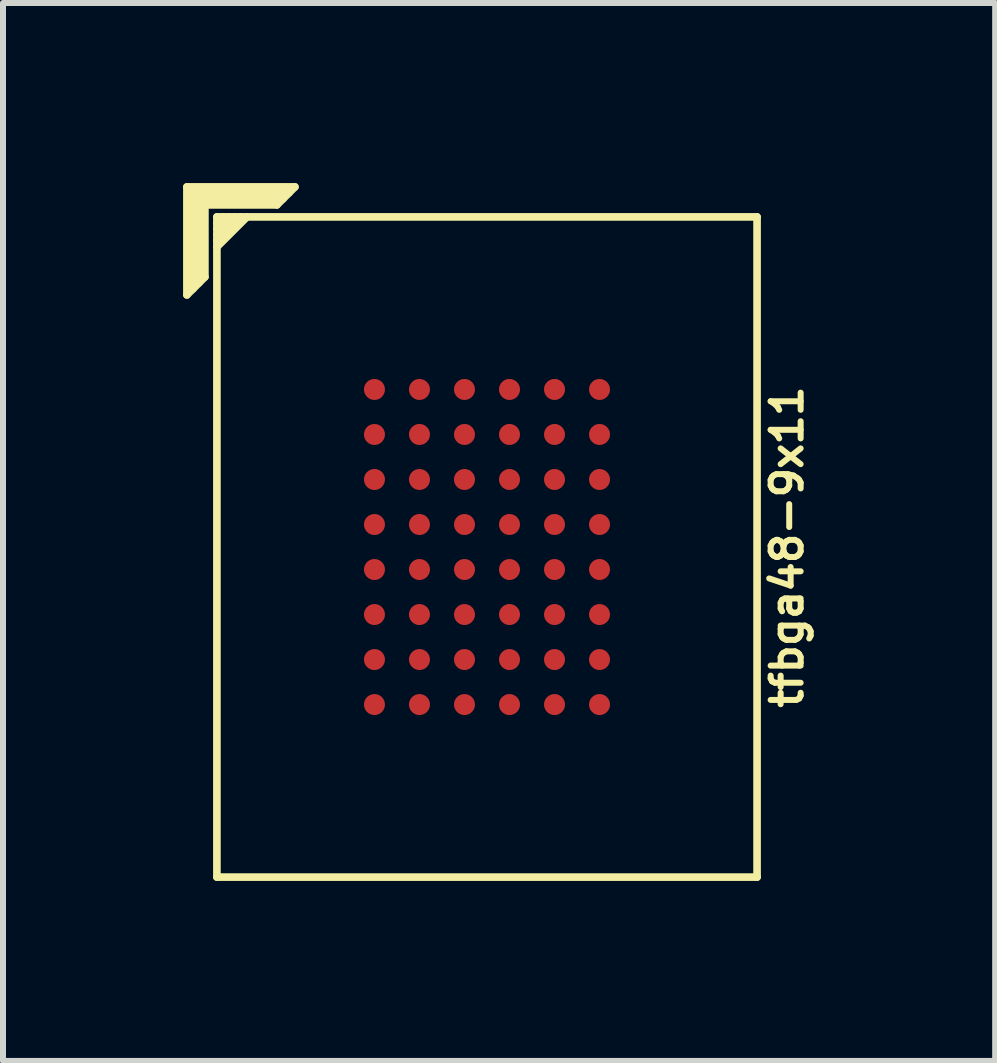
<source format=kicad_pcb>
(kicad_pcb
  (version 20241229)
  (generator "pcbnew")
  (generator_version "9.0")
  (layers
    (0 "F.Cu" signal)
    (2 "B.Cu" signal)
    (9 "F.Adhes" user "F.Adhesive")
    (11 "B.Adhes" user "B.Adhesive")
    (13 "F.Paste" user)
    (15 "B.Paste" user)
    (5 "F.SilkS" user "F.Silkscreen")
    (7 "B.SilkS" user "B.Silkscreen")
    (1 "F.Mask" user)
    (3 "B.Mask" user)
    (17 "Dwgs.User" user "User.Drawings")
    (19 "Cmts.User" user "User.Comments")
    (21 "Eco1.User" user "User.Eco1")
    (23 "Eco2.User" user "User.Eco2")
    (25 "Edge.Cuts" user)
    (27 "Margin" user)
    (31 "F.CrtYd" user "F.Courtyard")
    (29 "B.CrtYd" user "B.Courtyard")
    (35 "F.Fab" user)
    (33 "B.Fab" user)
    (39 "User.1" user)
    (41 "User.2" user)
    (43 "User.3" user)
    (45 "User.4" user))
  (footprint "tfbga48-9x11"
    (layer "F.Cu")
    (at 5.064 6.064)
    (property "Reference" "tfbga48-9x11" (at 5 0 90) (layer "F.SilkS") (effects (font (size 0.5 0.5) (thickness 0.1))))
    (attr through_hole)
    (fp_line (start -5 -6) (end -5 -4.2) (stroke (width 0.127) (type solid)) (layer "F.SilkS"))
    (fp_line (start -5 -4.2) (end -4.7 -4.5) (stroke (width 0.127) (type solid)) (layer "F.SilkS"))
    (fp_line (start -4.9 -5.9) (end -4.9 -4.3) (stroke (width 0.127) (type solid)) (layer "F.SilkS"))
    (fp_line (start -4.8 -5.8) (end -3.4 -5.8) (stroke (width 0.127) (type solid)) (layer "F.SilkS"))
    (fp_line (start -4.8 -4.4) (end -4.8 -5.8) (stroke (width 0.127) (type solid)) (layer "F.SilkS"))
    (fp_line (start -4.7 -5.7) (end -3.5 -5.7) (stroke (width 0.127) (type solid)) (layer "F.SilkS"))
    (fp_line (start -4.7 -4.5) (end -4.7 -5.7) (stroke (width 0.127) (type solid)) (layer "F.SilkS"))
    (fp_line (start -4.5 -5.5) (end 4.5 -5.5) (stroke (width 0.127) (type solid)) (layer "F.SilkS"))
    (fp_line (start -4.5 -5.4) (end -4.4 -5.5) (stroke (width 0.127) (type solid)) (layer "F.SilkS"))
    (fp_line (start -4.5 -5.1) (end -4.1 -5.5) (stroke (width 0.127) (type solid)) (layer "F.SilkS"))
    (fp_line (start -4.5 5.5) (end -4.5 -5.5) (stroke (width 0.127) (type solid)) (layer "F.SilkS"))
    (fp_line (start -4.3 -5.5) (end -4.5 -5.3) (stroke (width 0.127) (type solid)) (layer "F.SilkS"))
    (fp_line (start -4.2 -5.5) (end -4.5 -5.2) (stroke (width 0.127) (type solid)) (layer "F.SilkS"))
    (fp_line (start -4 -5.5) (end -4.5 -5) (stroke (width 0.127) (type solid)) (layer "F.SilkS"))
    (fp_line (start -3.5 -5.7) (end -3.2 -6) (stroke (width 0.127) (type solid)) (layer "F.SilkS"))
    (fp_line (start -3.3 -5.9) (end -4.9 -5.9) (stroke (width 0.127) (type solid)) (layer "F.SilkS"))
    (fp_line (start -3.2 -6) (end -5 -6) (stroke (width 0.127) (type solid)) (layer "F.SilkS"))
    (fp_line (start 4.5 -5.5) (end 4.5 5.5) (stroke (width 0.127) (type solid)) (layer "F.SilkS"))
    (fp_line (start 4.5 5.5) (end -4.5 5.5) (stroke (width 0.127) (type solid)) (layer "F.SilkS"))
    (pad "A1" smd circle (at -1.875 -2.625) (size 0.35 0.35) (layers "F.Cu" "F.Mask" "F.Paste"))
    (pad "A2" smd circle (at -1.125 -2.625) (size 0.35 0.35) (layers "F.Cu" "F.Mask" "F.Paste"))
    (pad "A3" smd circle (at -0.375 -2.625) (size 0.35 0.35) (layers "F.Cu" "F.Mask" "F.Paste"))
    (pad "A4" smd circle (at 0.375 -2.625) (size 0.35 0.35) (layers "F.Cu" "F.Mask" "F.Paste"))
    (pad "A5" smd circle (at 1.125 -2.625) (size 0.35 0.35) (layers "F.Cu" "F.Mask" "F.Paste"))
    (pad "A6" smd circle (at 1.875 -2.625) (size 0.35 0.35) (layers "F.Cu" "F.Mask" "F.Paste"))
    (pad "B1" smd circle (at -1.875 -1.875) (size 0.35 0.35) (layers "F.Cu" "F.Mask" "F.Paste"))
    (pad "B2" smd circle (at -1.125 -1.875) (size 0.35 0.35) (layers "F.Cu" "F.Mask" "F.Paste"))
    (pad "B3" smd circle (at -0.375 -1.875) (size 0.35 0.35) (layers "F.Cu" "F.Mask" "F.Paste"))
    (pad "B4" smd circle (at 0.375 -1.875) (size 0.35 0.35) (layers "F.Cu" "F.Mask" "F.Paste"))
    (pad "B5" smd circle (at 1.125 -1.875) (size 0.35 0.35) (layers "F.Cu" "F.Mask" "F.Paste"))
    (pad "B6" smd circle (at 1.875 -1.875) (size 0.35 0.35) (layers "F.Cu" "F.Mask" "F.Paste"))
    (pad "C1" smd circle (at -1.875 -1.125) (size 0.35 0.35) (layers "F.Cu" "F.Mask" "F.Paste"))
    (pad "C2" smd circle (at -1.125 -1.125) (size 0.35 0.35) (layers "F.Cu" "F.Mask" "F.Paste"))
    (pad "C3" smd circle (at -0.375 -1.125) (size 0.35 0.35) (layers "F.Cu" "F.Mask" "F.Paste"))
    (pad "C4" smd circle (at 0.375 -1.125) (size 0.35 0.35) (layers "F.Cu" "F.Mask" "F.Paste"))
    (pad "C5" smd circle (at 1.125 -1.125) (size 0.35 0.35) (layers "F.Cu" "F.Mask" "F.Paste"))
    (pad "C6" smd circle (at 1.875 -1.125) (size 0.35 0.35) (layers "F.Cu" "F.Mask" "F.Paste"))
    (pad "D1" smd circle (at -1.875 -0.375) (size 0.35 0.35) (layers "F.Cu" "F.Mask" "F.Paste"))
    (pad "D2" smd circle (at -1.125 -0.375) (size 0.35 0.35) (layers "F.Cu" "F.Mask" "F.Paste"))
    (pad "D3" smd circle (at -0.375 -0.375) (size 0.35 0.35) (layers "F.Cu" "F.Mask" "F.Paste"))
    (pad "D4" smd circle (at 0.375 -0.375) (size 0.35 0.35) (layers "F.Cu" "F.Mask" "F.Paste"))
    (pad "D5" smd circle (at 1.125 -0.375) (size 0.35 0.35) (layers "F.Cu" "F.Mask" "F.Paste"))
    (pad "D6" smd circle (at 1.875 -0.375) (size 0.35 0.35) (layers "F.Cu" "F.Mask" "F.Paste"))
    (pad "E1" smd circle (at -1.875 0.375) (size 0.35 0.35) (layers "F.Cu" "F.Mask" "F.Paste"))
    (pad "E2" smd circle (at -1.125 0.375) (size 0.35 0.35) (layers "F.Cu" "F.Mask" "F.Paste"))
    (pad "E3" smd circle (at -0.375 0.375) (size 0.35 0.35) (layers "F.Cu" "F.Mask" "F.Paste"))
    (pad "E4" smd circle (at 0.375 0.375) (size 0.35 0.35) (layers "F.Cu" "F.Mask" "F.Paste"))
    (pad "E5" smd circle (at 1.125 0.375) (size 0.35 0.35) (layers "F.Cu" "F.Mask" "F.Paste"))
    (pad "E6" smd circle (at 1.875 0.375) (size 0.35 0.35) (layers "F.Cu" "F.Mask" "F.Paste"))
    (pad "F1" smd circle (at -1.875 1.125) (size 0.35 0.35) (layers "F.Cu" "F.Mask" "F.Paste"))
    (pad "F2" smd circle (at -1.125 1.125) (size 0.35 0.35) (layers "F.Cu" "F.Mask" "F.Paste"))
    (pad "F3" smd circle (at -0.375 1.125) (size 0.35 0.35) (layers "F.Cu" "F.Mask" "F.Paste"))
    (pad "F4" smd circle (at 0.375 1.125) (size 0.35 0.35) (layers "F.Cu" "F.Mask" "F.Paste"))
    (pad "F5" smd circle (at 1.125 1.125) (size 0.35 0.35) (layers "F.Cu" "F.Mask" "F.Paste"))
    (pad "F6" smd circle (at 1.875 1.125) (size 0.35 0.35) (layers "F.Cu" "F.Mask" "F.Paste"))
    (pad "G1" smd circle (at -1.875 1.875) (size 0.35 0.35) (layers "F.Cu" "F.Mask" "F.Paste"))
    (pad "G2" smd circle (at -1.125 1.875) (size 0.35 0.35) (layers "F.Cu" "F.Mask" "F.Paste"))
    (pad "G3" smd circle (at -0.375 1.875) (size 0.35 0.35) (layers "F.Cu" "F.Mask" "F.Paste"))
    (pad "G4" smd circle (at 0.375 1.875) (size 0.35 0.35) (layers "F.Cu" "F.Mask" "F.Paste"))
    (pad "G5" smd circle (at 1.125 1.875) (size 0.35 0.35) (layers "F.Cu" "F.Mask" "F.Paste"))
    (pad "G6" smd circle (at 1.875 1.875) (size 0.35 0.35) (layers "F.Cu" "F.Mask" "F.Paste"))
    (pad "H1" smd circle (at -1.875 2.625) (size 0.35 0.35) (layers "F.Cu" "F.Mask" "F.Paste"))
    (pad "H2" smd circle (at -1.125 2.625) (size 0.35 0.35) (layers "F.Cu" "F.Mask" "F.Paste"))
    (pad "H3" smd circle (at -0.375 2.625) (size 0.35 0.35) (layers "F.Cu" "F.Mask" "F.Paste"))
    (pad "H4" smd circle (at 0.375 2.625) (size 0.35 0.35) (layers "F.Cu" "F.Mask" "F.Paste"))
    (pad "H5" smd circle (at 1.125 2.625) (size 0.35 0.35) (layers "F.Cu" "F.Mask" "F.Paste"))
    (pad "H6" smd circle (at 1.875 2.625) (size 0.35 0.35) (layers "F.Cu" "F.Mask" "F.Paste")))
  (gr_rect
    (start -3 -3)
    (end 13.531 14.627)
    (stroke (width 0.1) (type default))
    (fill no)
    (layer "Edge.Cuts")))
</source>
